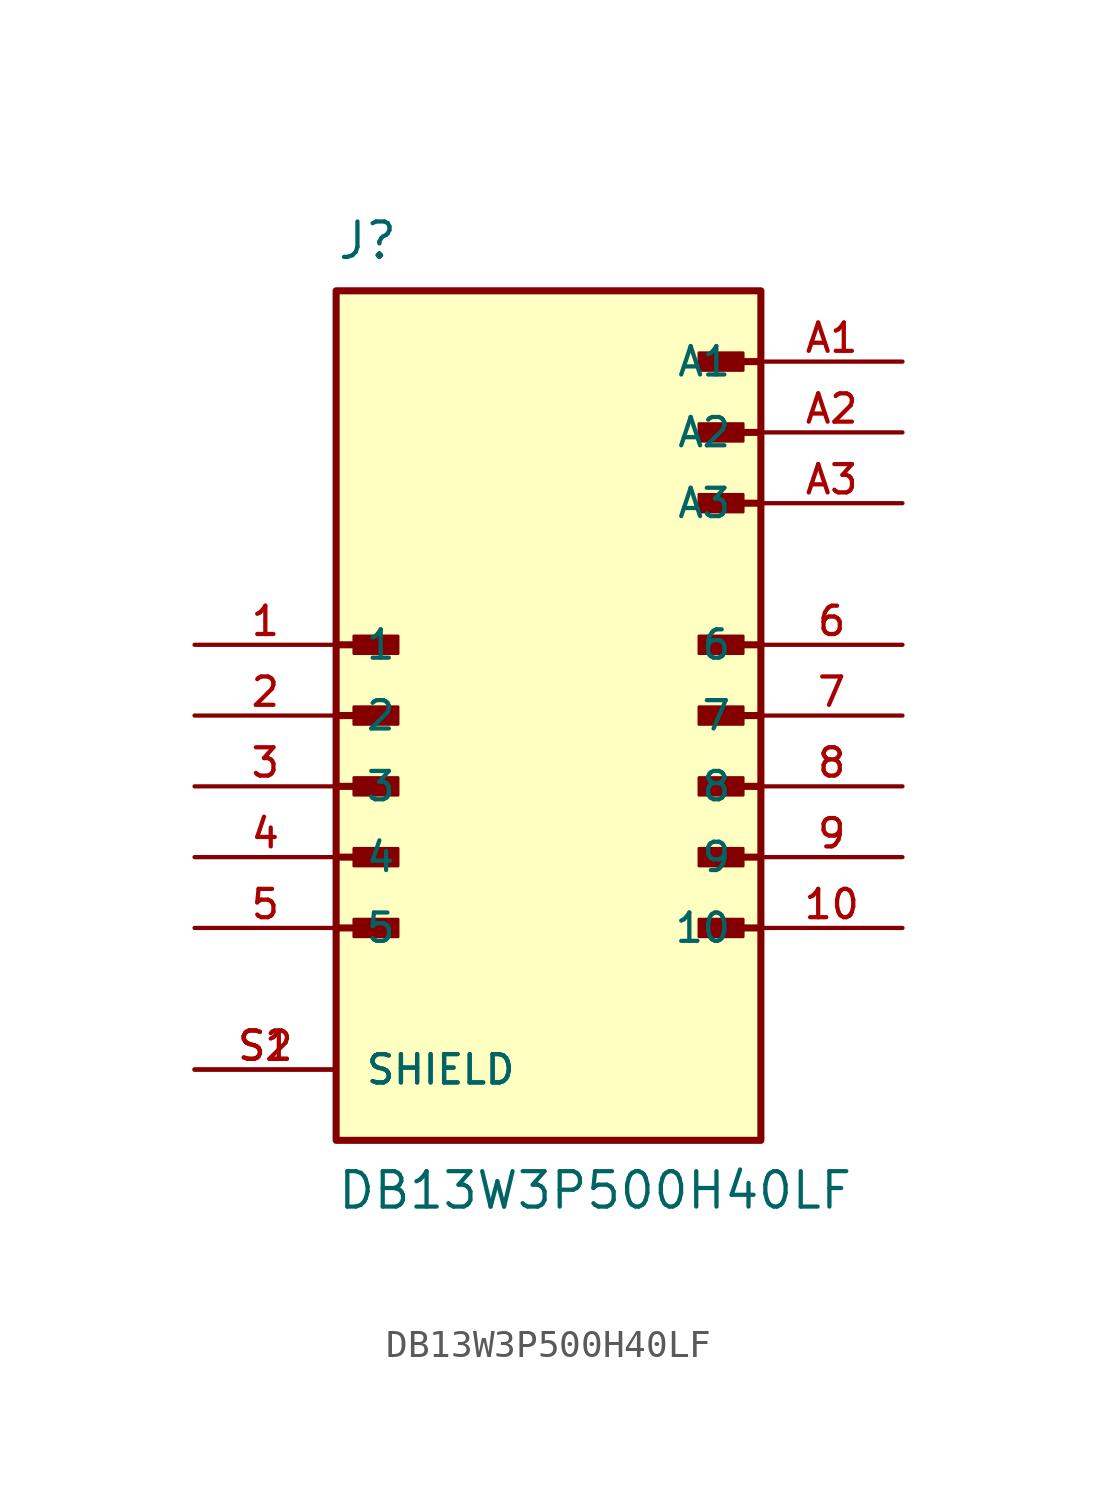
<source format=kicad_sym>
(kicad_symbol_lib
  (version 20211014)
  (generator kicad_symbol_editor)
  (symbol "DB13W3P500H40LF"
    (pin_names
      (offset 1.016))
    (property "Reference" "J"
      (at -7.62 17.78 0)
      (effects (font (size 1.27 1.27)) (justify top left)))
    (property "Value" "DB13W3P500H40LF"
      (at -7.62 -17.78 0)
      (effects (font (size 1.27 1.27)) (justify bottom left)))
    (symbol "DB13W3P500H40LF_0_0"
      (polyline (pts (xy -7.62 0.0) (xy -5.715 0.0)) (stroke (width 0.254)))
      (rectangle (start -6.985 -0.318) (end -5.397 0.318) (stroke (width 0.1)) (fill (type outline)))
      (polyline (pts (xy -7.62 -2.54) (xy -5.715 -2.54)) (stroke (width 0.254)))
      (rectangle (start -6.985 -2.857) (end -5.397 -2.223) (stroke (width 0.1)) (fill (type outline)))
      (polyline (pts (xy 7.62 0.0) (xy 5.715 0.0)) (stroke (width 0.254)))
      (rectangle (start 5.397 -0.318) (end 6.985 0.318) (stroke (width 0.1)) (fill (type outline)))
      (polyline (pts (xy 7.62 2.54) (xy 5.715 2.54)) (stroke (width 0.254)))
      (rectangle (start 5.397 2.223) (end 6.985 2.857) (stroke (width 0.1)) (fill (type outline)))
      (polyline (pts (xy 7.62 7.62) (xy 5.715 7.62)) (stroke (width 0.254)))
      (rectangle (start 5.397 7.303) (end 6.985 7.938) (stroke (width 0.1)) (fill (type outline)))
      (polyline (pts (xy 7.62 10.16) (xy 5.715 10.16)) (stroke (width 0.254)))
      (rectangle (start 5.397 9.842) (end 6.985 10.477) (stroke (width 0.1)) (fill (type outline)))
      (polyline (pts (xy 7.62 -5.08) (xy 5.715 -5.08)) (stroke (width 0.254)))
      (rectangle (start 5.397 -5.397) (end 6.985 -4.763) (stroke (width 0.1)) (fill (type outline)))
      (polyline (pts (xy 7.62 -2.54) (xy 5.715 -2.54)) (stroke (width 0.254)))
      (rectangle (start 5.397 -2.857) (end 6.985 -2.223) (stroke (width 0.1)) (fill (type outline)))
      (polyline (pts (xy 7.62 12.7) (xy 5.715 12.7)) (stroke (width 0.254)))
      (rectangle (start 5.397 12.383) (end 6.985 13.018) (stroke (width 0.1)) (fill (type outline)))
      (polyline (pts (xy 7.62 -7.62) (xy 5.715 -7.62)) (stroke (width 0.254)))
      (rectangle (start 5.397 -7.938) (end 6.985 -7.303) (stroke (width 0.1)) (fill (type outline)))
      (polyline (pts (xy -7.62 2.54) (xy -5.715 2.54)) (stroke (width 0.254)))
      (rectangle (start -6.985 2.223) (end -5.397 2.857) (stroke (width 0.1)) (fill (type outline)))
      (polyline (pts (xy -7.62 -5.08) (xy -5.715 -5.08)) (stroke (width 0.254)))
      (rectangle (start -6.985 -5.397) (end -5.397 -4.763) (stroke (width 0.1)) (fill (type outline)))
      (polyline (pts (xy -7.62 -7.62) (xy -5.715 -7.62)) (stroke (width 0.254)))
      (rectangle (start -6.985 -7.938) (end -5.397 -7.303) (stroke (width 0.1)) (fill (type outline)))
      (rectangle (start -7.62 -15.24) (end 7.62 15.24) (stroke (width 0.254)) (fill (type background)))
      (pin passive line (at -12.7 2.54 0) (length 5.08) (name "1" (effects (font (size 1.016 1.016)))) (number "1" (effects (font (size 1.016 1.016)))))
      (pin passive line (at -12.7 0.0 0) (length 5.08) (name "2" (effects (font (size 1.016 1.016)))) (number "2" (effects (font (size 1.016 1.016)))))
      (pin passive line (at -12.7 -2.54 0) (length 5.08) (name "3" (effects (font (size 1.016 1.016)))) (number "3" (effects (font (size 1.016 1.016)))))
      (pin passive line (at -12.7 -5.08 0) (length 5.08) (name "4" (effects (font (size 1.016 1.016)))) (number "4" (effects (font (size 1.016 1.016)))))
      (pin passive line (at -12.7 -7.62 0) (length 5.08) (name "5" (effects (font (size 1.016 1.016)))) (number "5" (effects (font (size 1.016 1.016)))))
      (pin passive line (at 12.7 2.54 180.0) (length 5.08) (name "6" (effects (font (size 1.016 1.016)))) (number "6" (effects (font (size 1.016 1.016)))))
      (pin passive line (at 12.7 0.0 180.0) (length 5.08) (name "7" (effects (font (size 1.016 1.016)))) (number "7" (effects (font (size 1.016 1.016)))))
      (pin passive line (at 12.7 -2.54 180.0) (length 5.08) (name "8" (effects (font (size 1.016 1.016)))) (number "8" (effects (font (size 1.016 1.016)))))
      (pin passive line (at 12.7 -5.08 180.0) (length 5.08) (name "9" (effects (font (size 1.016 1.016)))) (number "9" (effects (font (size 1.016 1.016)))))
      (pin passive line (at 12.7 -7.62 180.0) (length 5.08) (name "10" (effects (font (size 1.016 1.016)))) (number "10" (effects (font (size 1.016 1.016)))))
      (pin passive line (at -12.7 -12.7 0) (length 5.08) (name "SHIELD" (effects (font (size 1.016 1.016)))) (number "S1" (effects (font (size 1.016 1.016)))))
      (pin passive line (at -12.7 -12.7 0) (length 5.08) (name "SHIELD" (effects (font (size 1.016 1.016)))) (number "S2" (effects (font (size 1.016 1.016)))))
      (pin power_in line (at 12.7 12.7 180.0) (length 5.08) (name "A1" (effects (font (size 1.016 1.016)))) (number "A1" (effects (font (size 1.016 1.016)))))
      (pin power_in line (at 12.7 10.16 180.0) (length 5.08) (name "A2" (effects (font (size 1.016 1.016)))) (number "A2" (effects (font (size 1.016 1.016)))))
      (pin power_in line (at 12.7 7.62 180.0) (length 5.08) (name "A3" (effects (font (size 1.016 1.016)))) (number "A3" (effects (font (size 1.016 1.016))))))))
</source>
